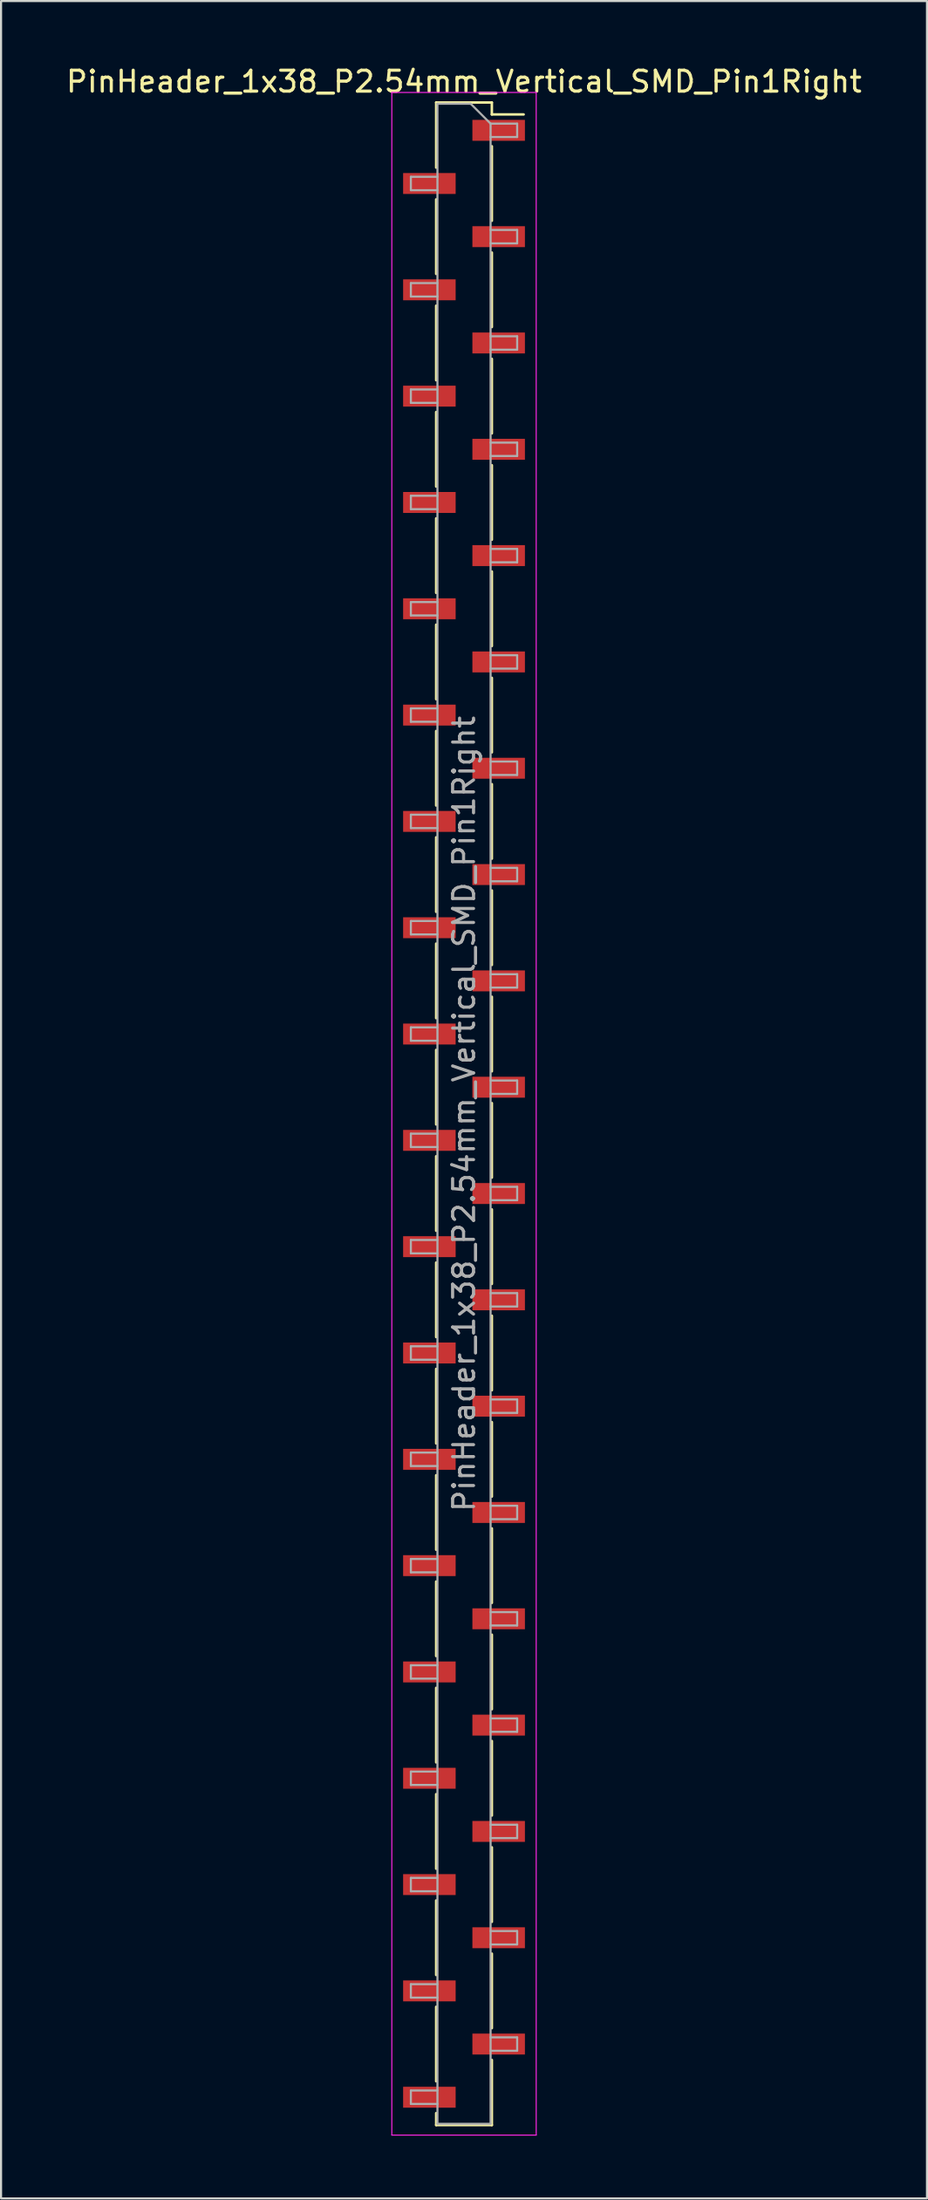
<source format=kicad_pcb>
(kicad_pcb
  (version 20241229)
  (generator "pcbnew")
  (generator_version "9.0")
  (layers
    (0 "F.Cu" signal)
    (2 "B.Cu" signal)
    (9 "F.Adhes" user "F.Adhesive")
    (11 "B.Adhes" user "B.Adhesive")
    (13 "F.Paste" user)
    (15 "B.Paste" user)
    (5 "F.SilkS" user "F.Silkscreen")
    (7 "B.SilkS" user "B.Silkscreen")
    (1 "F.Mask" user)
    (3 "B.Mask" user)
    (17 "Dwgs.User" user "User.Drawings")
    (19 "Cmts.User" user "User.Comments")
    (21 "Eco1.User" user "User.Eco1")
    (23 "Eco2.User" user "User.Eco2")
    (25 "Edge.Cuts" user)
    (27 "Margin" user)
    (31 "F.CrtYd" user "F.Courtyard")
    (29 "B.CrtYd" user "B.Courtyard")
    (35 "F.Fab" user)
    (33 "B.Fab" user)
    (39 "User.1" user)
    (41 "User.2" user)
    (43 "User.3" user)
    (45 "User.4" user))
  (footprint "PinHeader_1x38_P2.54mm_Vertical_SMD_Pin1Right"
    (layer "F.Cu")
    (at 19.125 50.168)
    (property "Reference" "PinHeader_1x38_P2.54mm_Vertical_SMD_Pin1Right" (at 0 -49.32 0) (layer "F.SilkS") (effects (font (size 1 1) (thickness 0.15))))
    (attr smd)
    (fp_line (start -1.33 -48.32) (end -1.33 -45.21) (stroke (width 0.12) (type solid)) (layer "F.SilkS"))
    (fp_line (start -1.33 -48.32) (end 1.33 -48.32) (stroke (width 0.12) (type solid)) (layer "F.SilkS"))
    (fp_line (start -1.33 -43.69) (end -1.33 -40.13) (stroke (width 0.12) (type solid)) (layer "F.SilkS"))
    (fp_line (start -1.33 -38.61) (end -1.33 -35.05) (stroke (width 0.12) (type solid)) (layer "F.SilkS"))
    (fp_line (start -1.33 -33.53) (end -1.33 -29.97) (stroke (width 0.12) (type solid)) (layer "F.SilkS"))
    (fp_line (start -1.33 -28.45) (end -1.33 -24.89) (stroke (width 0.12) (type solid)) (layer "F.SilkS"))
    (fp_line (start -1.33 -23.37) (end -1.33 -19.81) (stroke (width 0.12) (type solid)) (layer "F.SilkS"))
    (fp_line (start -1.33 -18.29) (end -1.33 -14.73) (stroke (width 0.12) (type solid)) (layer "F.SilkS"))
    (fp_line (start -1.33 -13.21) (end -1.33 -9.65) (stroke (width 0.12) (type solid)) (layer "F.SilkS"))
    (fp_line (start -1.33 -8.13) (end -1.33 -4.57) (stroke (width 0.12) (type solid)) (layer "F.SilkS"))
    (fp_line (start -1.33 -3.05) (end -1.33 0.51) (stroke (width 0.12) (type solid)) (layer "F.SilkS"))
    (fp_line (start -1.33 2.03) (end -1.33 5.59) (stroke (width 0.12) (type solid)) (layer "F.SilkS"))
    (fp_line (start -1.33 7.11) (end -1.33 10.67) (stroke (width 0.12) (type solid)) (layer "F.SilkS"))
    (fp_line (start -1.33 12.19) (end -1.33 15.75) (stroke (width 0.12) (type solid)) (layer "F.SilkS"))
    (fp_line (start -1.33 17.27) (end -1.33 20.83) (stroke (width 0.12) (type solid)) (layer "F.SilkS"))
    (fp_line (start -1.33 22.35) (end -1.33 25.91) (stroke (width 0.12) (type solid)) (layer "F.SilkS"))
    (fp_line (start -1.33 27.43) (end -1.33 30.99) (stroke (width 0.12) (type solid)) (layer "F.SilkS"))
    (fp_line (start -1.33 32.51) (end -1.33 36.07) (stroke (width 0.12) (type solid)) (layer "F.SilkS"))
    (fp_line (start -1.33 37.59) (end -1.33 41.15) (stroke (width 0.12) (type solid)) (layer "F.SilkS"))
    (fp_line (start -1.33 42.67) (end -1.33 46.23) (stroke (width 0.12) (type solid)) (layer "F.SilkS"))
    (fp_line (start -1.33 47.75) (end -1.33 48.32) (stroke (width 0.12) (type solid)) (layer "F.SilkS"))
    (fp_line (start -1.33 48.32) (end 1.33 48.32) (stroke (width 0.12) (type solid)) (layer "F.SilkS"))
    (fp_line (start 1.33 -48.32) (end 1.33 -47.75) (stroke (width 0.12) (type solid)) (layer "F.SilkS"))
    (fp_line (start 1.33 -47.75) (end 2.85 -47.75) (stroke (width 0.12) (type solid)) (layer "F.SilkS"))
    (fp_line (start 1.33 -46.23) (end 1.33 -42.67) (stroke (width 0.12) (type solid)) (layer "F.SilkS"))
    (fp_line (start 1.33 -41.15) (end 1.33 -37.59) (stroke (width 0.12) (type solid)) (layer "F.SilkS"))
    (fp_line (start 1.33 -36.07) (end 1.33 -32.51) (stroke (width 0.12) (type solid)) (layer "F.SilkS"))
    (fp_line (start 1.33 -30.99) (end 1.33 -27.43) (stroke (width 0.12) (type solid)) (layer "F.SilkS"))
    (fp_line (start 1.33 -25.91) (end 1.33 -22.35) (stroke (width 0.12) (type solid)) (layer "F.SilkS"))
    (fp_line (start 1.33 -20.83) (end 1.33 -17.27) (stroke (width 0.12) (type solid)) (layer "F.SilkS"))
    (fp_line (start 1.33 -15.75) (end 1.33 -12.19) (stroke (width 0.12) (type solid)) (layer "F.SilkS"))
    (fp_line (start 1.33 -10.67) (end 1.33 -7.11) (stroke (width 0.12) (type solid)) (layer "F.SilkS"))
    (fp_line (start 1.33 -5.59) (end 1.33 -2.03) (stroke (width 0.12) (type solid)) (layer "F.SilkS"))
    (fp_line (start 1.33 -0.51) (end 1.33 3.05) (stroke (width 0.12) (type solid)) (layer "F.SilkS"))
    (fp_line (start 1.33 4.57) (end 1.33 8.13) (stroke (width 0.12) (type solid)) (layer "F.SilkS"))
    (fp_line (start 1.33 9.65) (end 1.33 13.21) (stroke (width 0.12) (type solid)) (layer "F.SilkS"))
    (fp_line (start 1.33 14.73) (end 1.33 18.29) (stroke (width 0.12) (type solid)) (layer "F.SilkS"))
    (fp_line (start 1.33 19.81) (end 1.33 23.37) (stroke (width 0.12) (type solid)) (layer "F.SilkS"))
    (fp_line (start 1.33 24.89) (end 1.33 28.45) (stroke (width 0.12) (type solid)) (layer "F.SilkS"))
    (fp_line (start 1.33 29.97) (end 1.33 33.53) (stroke (width 0.12) (type solid)) (layer "F.SilkS"))
    (fp_line (start 1.33 35.05) (end 1.33 38.61) (stroke (width 0.12) (type solid)) (layer "F.SilkS"))
    (fp_line (start 1.33 40.13) (end 1.33 43.69) (stroke (width 0.12) (type solid)) (layer "F.SilkS"))
    (fp_line (start 1.33 45.21) (end 1.33 48.32) (stroke (width 0.12) (type solid)) (layer "F.SilkS"))
    (fp_line (start -3.45 -48.8) (end -3.45 48.8) (stroke (width 0.05) (type solid)) (layer "F.CrtYd"))
    (fp_line (start -3.45 48.8) (end 3.45 48.8) (stroke (width 0.05) (type solid)) (layer "F.CrtYd"))
    (fp_line (start 3.45 -48.8) (end -3.45 -48.8) (stroke (width 0.05) (type solid)) (layer "F.CrtYd"))
    (fp_line (start 3.45 48.8) (end 3.45 -48.8) (stroke (width 0.05) (type solid)) (layer "F.CrtYd"))
    (fp_line (start -2.54 -44.77) (end -2.54 -44.13) (stroke (width 0.1) (type solid)) (layer "F.Fab"))
    (fp_line (start -2.54 -44.13) (end -1.27 -44.13) (stroke (width 0.1) (type solid)) (layer "F.Fab"))
    (fp_line (start -2.54 -39.69) (end -2.54 -39.05) (stroke (width 0.1) (type solid)) (layer "F.Fab"))
    (fp_line (start -2.54 -39.05) (end -1.27 -39.05) (stroke (width 0.1) (type solid)) (layer "F.Fab"))
    (fp_line (start -2.54 -34.61) (end -2.54 -33.97) (stroke (width 0.1) (type solid)) (layer "F.Fab"))
    (fp_line (start -2.54 -33.97) (end -1.27 -33.97) (stroke (width 0.1) (type solid)) (layer "F.Fab"))
    (fp_line (start -2.54 -29.53) (end -2.54 -28.89) (stroke (width 0.1) (type solid)) (layer "F.Fab"))
    (fp_line (start -2.54 -28.89) (end -1.27 -28.89) (stroke (width 0.1) (type solid)) (layer "F.Fab"))
    (fp_line (start -2.54 -24.45) (end -2.54 -23.81) (stroke (width 0.1) (type solid)) (layer "F.Fab"))
    (fp_line (start -2.54 -23.81) (end -1.27 -23.81) (stroke (width 0.1) (type solid)) (layer "F.Fab"))
    (fp_line (start -2.54 -19.37) (end -2.54 -18.73) (stroke (width 0.1) (type solid)) (layer "F.Fab"))
    (fp_line (start -2.54 -18.73) (end -1.27 -18.73) (stroke (width 0.1) (type solid)) (layer "F.Fab"))
    (fp_line (start -2.54 -14.29) (end -2.54 -13.65) (stroke (width 0.1) (type solid)) (layer "F.Fab"))
    (fp_line (start -2.54 -13.65) (end -1.27 -13.65) (stroke (width 0.1) (type solid)) (layer "F.Fab"))
    (fp_line (start -2.54 -9.21) (end -2.54 -8.57) (stroke (width 0.1) (type solid)) (layer "F.Fab"))
    (fp_line (start -2.54 -8.57) (end -1.27 -8.57) (stroke (width 0.1) (type solid)) (layer "F.Fab"))
    (fp_line (start -2.54 -4.13) (end -2.54 -3.49) (stroke (width 0.1) (type solid)) (layer "F.Fab"))
    (fp_line (start -2.54 -3.49) (end -1.27 -3.49) (stroke (width 0.1) (type solid)) (layer "F.Fab"))
    (fp_line (start -2.54 0.95) (end -2.54 1.59) (stroke (width 0.1) (type solid)) (layer "F.Fab"))
    (fp_line (start -2.54 1.59) (end -1.27 1.59) (stroke (width 0.1) (type solid)) (layer "F.Fab"))
    (fp_line (start -2.54 6.03) (end -2.54 6.67) (stroke (width 0.1) (type solid)) (layer "F.Fab"))
    (fp_line (start -2.54 6.67) (end -1.27 6.67) (stroke (width 0.1) (type solid)) (layer "F.Fab"))
    (fp_line (start -2.54 11.11) (end -2.54 11.75) (stroke (width 0.1) (type solid)) (layer "F.Fab"))
    (fp_line (start -2.54 11.75) (end -1.27 11.75) (stroke (width 0.1) (type solid)) (layer "F.Fab"))
    (fp_line (start -2.54 16.19) (end -2.54 16.83) (stroke (width 0.1) (type solid)) (layer "F.Fab"))
    (fp_line (start -2.54 16.83) (end -1.27 16.83) (stroke (width 0.1) (type solid)) (layer "F.Fab"))
    (fp_line (start -2.54 21.27) (end -2.54 21.91) (stroke (width 0.1) (type solid)) (layer "F.Fab"))
    (fp_line (start -2.54 21.91) (end -1.27 21.91) (stroke (width 0.1) (type solid)) (layer "F.Fab"))
    (fp_line (start -2.54 26.35) (end -2.54 26.99) (stroke (width 0.1) (type solid)) (layer "F.Fab"))
    (fp_line (start -2.54 26.99) (end -1.27 26.99) (stroke (width 0.1) (type solid)) (layer "F.Fab"))
    (fp_line (start -2.54 31.43) (end -2.54 32.07) (stroke (width 0.1) (type solid)) (layer "F.Fab"))
    (fp_line (start -2.54 32.07) (end -1.27 32.07) (stroke (width 0.1) (type solid)) (layer "F.Fab"))
    (fp_line (start -2.54 36.51) (end -2.54 37.15) (stroke (width 0.1) (type solid)) (layer "F.Fab"))
    (fp_line (start -2.54 37.15) (end -1.27 37.15) (stroke (width 0.1) (type solid)) (layer "F.Fab"))
    (fp_line (start -2.54 41.59) (end -2.54 42.23) (stroke (width 0.1) (type solid)) (layer "F.Fab"))
    (fp_line (start -2.54 42.23) (end -1.27 42.23) (stroke (width 0.1) (type solid)) (layer "F.Fab"))
    (fp_line (start -2.54 46.67) (end -2.54 47.31) (stroke (width 0.1) (type solid)) (layer "F.Fab"))
    (fp_line (start -2.54 47.31) (end -1.27 47.31) (stroke (width 0.1) (type solid)) (layer "F.Fab"))
    (fp_line (start -1.27 -48.26) (end -1.27 48.26) (stroke (width 0.1) (type solid)) (layer "F.Fab"))
    (fp_line (start -1.27 -48.26) (end 0.32 -48.26) (stroke (width 0.1) (type solid)) (layer "F.Fab"))
    (fp_line (start -1.27 -44.77) (end -2.54 -44.77) (stroke (width 0.1) (type solid)) (layer "F.Fab"))
    (fp_line (start -1.27 -39.69) (end -2.54 -39.69) (stroke (width 0.1) (type solid)) (layer "F.Fab"))
    (fp_line (start -1.27 -34.61) (end -2.54 -34.61) (stroke (width 0.1) (type solid)) (layer "F.Fab"))
    (fp_line (start -1.27 -29.53) (end -2.54 -29.53) (stroke (width 0.1) (type solid)) (layer "F.Fab"))
    (fp_line (start -1.27 -24.45) (end -2.54 -24.45) (stroke (width 0.1) (type solid)) (layer "F.Fab"))
    (fp_line (start -1.27 -19.37) (end -2.54 -19.37) (stroke (width 0.1) (type solid)) (layer "F.Fab"))
    (fp_line (start -1.27 -14.29) (end -2.54 -14.29) (stroke (width 0.1) (type solid)) (layer "F.Fab"))
    (fp_line (start -1.27 -9.21) (end -2.54 -9.21) (stroke (width 0.1) (type solid)) (layer "F.Fab"))
    (fp_line (start -1.27 -4.13) (end -2.54 -4.13) (stroke (width 0.1) (type solid)) (layer "F.Fab"))
    (fp_line (start -1.27 0.95) (end -2.54 0.95) (stroke (width 0.1) (type solid)) (layer "F.Fab"))
    (fp_line (start -1.27 6.03) (end -2.54 6.03) (stroke (width 0.1) (type solid)) (layer "F.Fab"))
    (fp_line (start -1.27 11.11) (end -2.54 11.11) (stroke (width 0.1) (type solid)) (layer "F.Fab"))
    (fp_line (start -1.27 16.19) (end -2.54 16.19) (stroke (width 0.1) (type solid)) (layer "F.Fab"))
    (fp_line (start -1.27 21.27) (end -2.54 21.27) (stroke (width 0.1) (type solid)) (layer "F.Fab"))
    (fp_line (start -1.27 26.35) (end -2.54 26.35) (stroke (width 0.1) (type solid)) (layer "F.Fab"))
    (fp_line (start -1.27 31.43) (end -2.54 31.43) (stroke (width 0.1) (type solid)) (layer "F.Fab"))
    (fp_line (start -1.27 36.51) (end -2.54 36.51) (stroke (width 0.1) (type solid)) (layer "F.Fab"))
    (fp_line (start -1.27 41.59) (end -2.54 41.59) (stroke (width 0.1) (type solid)) (layer "F.Fab"))
    (fp_line (start -1.27 46.67) (end -2.54 46.67) (stroke (width 0.1) (type solid)) (layer "F.Fab"))
    (fp_line (start 1.27 -47.31) (end 0.32 -48.26) (stroke (width 0.1) (type solid)) (layer "F.Fab"))
    (fp_line (start 1.27 -47.31) (end 2.54 -47.31) (stroke (width 0.1) (type solid)) (layer "F.Fab"))
    (fp_line (start 1.27 -42.23) (end 2.54 -42.23) (stroke (width 0.1) (type solid)) (layer "F.Fab"))
    (fp_line (start 1.27 -37.15) (end 2.54 -37.15) (stroke (width 0.1) (type solid)) (layer "F.Fab"))
    (fp_line (start 1.27 -32.07) (end 2.54 -32.07) (stroke (width 0.1) (type solid)) (layer "F.Fab"))
    (fp_line (start 1.27 -26.99) (end 2.54 -26.99) (stroke (width 0.1) (type solid)) (layer "F.Fab"))
    (fp_line (start 1.27 -21.91) (end 2.54 -21.91) (stroke (width 0.1) (type solid)) (layer "F.Fab"))
    (fp_line (start 1.27 -16.83) (end 2.54 -16.83) (stroke (width 0.1) (type solid)) (layer "F.Fab"))
    (fp_line (start 1.27 -11.75) (end 2.54 -11.75) (stroke (width 0.1) (type solid)) (layer "F.Fab"))
    (fp_line (start 1.27 -6.67) (end 2.54 -6.67) (stroke (width 0.1) (type solid)) (layer "F.Fab"))
    (fp_line (start 1.27 -1.59) (end 2.54 -1.59) (stroke (width 0.1) (type solid)) (layer "F.Fab"))
    (fp_line (start 1.27 3.49) (end 2.54 3.49) (stroke (width 0.1) (type solid)) (layer "F.Fab"))
    (fp_line (start 1.27 8.57) (end 2.54 8.57) (stroke (width 0.1) (type solid)) (layer "F.Fab"))
    (fp_line (start 1.27 13.65) (end 2.54 13.65) (stroke (width 0.1) (type solid)) (layer "F.Fab"))
    (fp_line (start 1.27 18.73) (end 2.54 18.73) (stroke (width 0.1) (type solid)) (layer "F.Fab"))
    (fp_line (start 1.27 23.81) (end 2.54 23.81) (stroke (width 0.1) (type solid)) (layer "F.Fab"))
    (fp_line (start 1.27 28.89) (end 2.54 28.89) (stroke (width 0.1) (type solid)) (layer "F.Fab"))
    (fp_line (start 1.27 33.97) (end 2.54 33.97) (stroke (width 0.1) (type solid)) (layer "F.Fab"))
    (fp_line (start 1.27 39.05) (end 2.54 39.05) (stroke (width 0.1) (type solid)) (layer "F.Fab"))
    (fp_line (start 1.27 44.13) (end 2.54 44.13) (stroke (width 0.1) (type solid)) (layer "F.Fab"))
    (fp_line (start 1.27 48.26) (end -1.27 48.26) (stroke (width 0.1) (type solid)) (layer "F.Fab"))
    (fp_line (start 1.27 48.26) (end 1.27 -47.31) (stroke (width 0.1) (type solid)) (layer "F.Fab"))
    (fp_line (start 2.54 -47.31) (end 2.54 -46.67) (stroke (width 0.1) (type solid)) (layer "F.Fab"))
    (fp_line (start 2.54 -46.67) (end 1.27 -46.67) (stroke (width 0.1) (type solid)) (layer "F.Fab"))
    (fp_line (start 2.54 -42.23) (end 2.54 -41.59) (stroke (width 0.1) (type solid)) (layer "F.Fab"))
    (fp_line (start 2.54 -41.59) (end 1.27 -41.59) (stroke (width 0.1) (type solid)) (layer "F.Fab"))
    (fp_line (start 2.54 -37.15) (end 2.54 -36.51) (stroke (width 0.1) (type solid)) (layer "F.Fab"))
    (fp_line (start 2.54 -36.51) (end 1.27 -36.51) (stroke (width 0.1) (type solid)) (layer "F.Fab"))
    (fp_line (start 2.54 -32.07) (end 2.54 -31.43) (stroke (width 0.1) (type solid)) (layer "F.Fab"))
    (fp_line (start 2.54 -31.43) (end 1.27 -31.43) (stroke (width 0.1) (type solid)) (layer "F.Fab"))
    (fp_line (start 2.54 -26.99) (end 2.54 -26.35) (stroke (width 0.1) (type solid)) (layer "F.Fab"))
    (fp_line (start 2.54 -26.35) (end 1.27 -26.35) (stroke (width 0.1) (type solid)) (layer "F.Fab"))
    (fp_line (start 2.54 -21.91) (end 2.54 -21.27) (stroke (width 0.1) (type solid)) (layer "F.Fab"))
    (fp_line (start 2.54 -21.27) (end 1.27 -21.27) (stroke (width 0.1) (type solid)) (layer "F.Fab"))
    (fp_line (start 2.54 -16.83) (end 2.54 -16.19) (stroke (width 0.1) (type solid)) (layer "F.Fab"))
    (fp_line (start 2.54 -16.19) (end 1.27 -16.19) (stroke (width 0.1) (type solid)) (layer "F.Fab"))
    (fp_line (start 2.54 -11.75) (end 2.54 -11.11) (stroke (width 0.1) (type solid)) (layer "F.Fab"))
    (fp_line (start 2.54 -11.11) (end 1.27 -11.11) (stroke (width 0.1) (type solid)) (layer "F.Fab"))
    (fp_line (start 2.54 -6.67) (end 2.54 -6.03) (stroke (width 0.1) (type solid)) (layer "F.Fab"))
    (fp_line (start 2.54 -6.03) (end 1.27 -6.03) (stroke (width 0.1) (type solid)) (layer "F.Fab"))
    (fp_line (start 2.54 -1.59) (end 2.54 -0.95) (stroke (width 0.1) (type solid)) (layer "F.Fab"))
    (fp_line (start 2.54 -0.95) (end 1.27 -0.95) (stroke (width 0.1) (type solid)) (layer "F.Fab"))
    (fp_line (start 2.54 3.49) (end 2.54 4.13) (stroke (width 0.1) (type solid)) (layer "F.Fab"))
    (fp_line (start 2.54 4.13) (end 1.27 4.13) (stroke (width 0.1) (type solid)) (layer "F.Fab"))
    (fp_line (start 2.54 8.57) (end 2.54 9.21) (stroke (width 0.1) (type solid)) (layer "F.Fab"))
    (fp_line (start 2.54 9.21) (end 1.27 9.21) (stroke (width 0.1) (type solid)) (layer "F.Fab"))
    (fp_line (start 2.54 13.65) (end 2.54 14.29) (stroke (width 0.1) (type solid)) (layer "F.Fab"))
    (fp_line (start 2.54 14.29) (end 1.27 14.29) (stroke (width 0.1) (type solid)) (layer "F.Fab"))
    (fp_line (start 2.54 18.73) (end 2.54 19.37) (stroke (width 0.1) (type solid)) (layer "F.Fab"))
    (fp_line (start 2.54 19.37) (end 1.27 19.37) (stroke (width 0.1) (type solid)) (layer "F.Fab"))
    (fp_line (start 2.54 23.81) (end 2.54 24.45) (stroke (width 0.1) (type solid)) (layer "F.Fab"))
    (fp_line (start 2.54 24.45) (end 1.27 24.45) (stroke (width 0.1) (type solid)) (layer "F.Fab"))
    (fp_line (start 2.54 28.89) (end 2.54 29.53) (stroke (width 0.1) (type solid)) (layer "F.Fab"))
    (fp_line (start 2.54 29.53) (end 1.27 29.53) (stroke (width 0.1) (type solid)) (layer "F.Fab"))
    (fp_line (start 2.54 33.97) (end 2.54 34.61) (stroke (width 0.1) (type solid)) (layer "F.Fab"))
    (fp_line (start 2.54 34.61) (end 1.27 34.61) (stroke (width 0.1) (type solid)) (layer "F.Fab"))
    (fp_line (start 2.54 39.05) (end 2.54 39.69) (stroke (width 0.1) (type solid)) (layer "F.Fab"))
    (fp_line (start 2.54 39.69) (end 1.27 39.69) (stroke (width 0.1) (type solid)) (layer "F.Fab"))
    (fp_line (start 2.54 44.13) (end 2.54 44.77) (stroke (width 0.1) (type solid)) (layer "F.Fab"))
    (fp_line (start 2.54 44.77) (end 1.27 44.77) (stroke (width 0.1) (type solid)) (layer "F.Fab"))
    (fp_text user "${REFERENCE}" (at 0 0 90) (layer "F.Fab") (effects (font (size 1 1) (thickness 0.15))))
    (pad "1" smd rect (at 1.655 -46.99) (size 2.51 1) (layers "F.Cu" "F.Mask" "F.Paste"))
    (pad "2" smd rect (at -1.655 -44.45) (size 2.51 1) (layers "F.Cu" "F.Mask" "F.Paste"))
    (pad "3" smd rect (at 1.655 -41.91) (size 2.51 1) (layers "F.Cu" "F.Mask" "F.Paste"))
    (pad "4" smd rect (at -1.655 -39.37) (size 2.51 1) (layers "F.Cu" "F.Mask" "F.Paste"))
    (pad "5" smd rect (at 1.655 -36.83) (size 2.51 1) (layers "F.Cu" "F.Mask" "F.Paste"))
    (pad "6" smd rect (at -1.655 -34.29) (size 2.51 1) (layers "F.Cu" "F.Mask" "F.Paste"))
    (pad "7" smd rect (at 1.655 -31.75) (size 2.51 1) (layers "F.Cu" "F.Mask" "F.Paste"))
    (pad "8" smd rect (at -1.655 -29.21) (size 2.51 1) (layers "F.Cu" "F.Mask" "F.Paste"))
    (pad "9" smd rect (at 1.655 -26.67) (size 2.51 1) (layers "F.Cu" "F.Mask" "F.Paste"))
    (pad "10" smd rect (at -1.655 -24.13) (size 2.51 1) (layers "F.Cu" "F.Mask" "F.Paste"))
    (pad "11" smd rect (at 1.655 -21.59) (size 2.51 1) (layers "F.Cu" "F.Mask" "F.Paste"))
    (pad "12" smd rect (at -1.655 -19.05) (size 2.51 1) (layers "F.Cu" "F.Mask" "F.Paste"))
    (pad "13" smd rect (at 1.655 -16.51) (size 2.51 1) (layers "F.Cu" "F.Mask" "F.Paste"))
    (pad "14" smd rect (at -1.655 -13.97) (size 2.51 1) (layers "F.Cu" "F.Mask" "F.Paste"))
    (pad "15" smd rect (at 1.655 -11.43) (size 2.51 1) (layers "F.Cu" "F.Mask" "F.Paste"))
    (pad "16" smd rect (at -1.655 -8.89) (size 2.51 1) (layers "F.Cu" "F.Mask" "F.Paste"))
    (pad "17" smd rect (at 1.655 -6.35) (size 2.51 1) (layers "F.Cu" "F.Mask" "F.Paste"))
    (pad "18" smd rect (at -1.655 -3.81) (size 2.51 1) (layers "F.Cu" "F.Mask" "F.Paste"))
    (pad "19" smd rect (at 1.655 -1.27) (size 2.51 1) (layers "F.Cu" "F.Mask" "F.Paste"))
    (pad "20" smd rect (at -1.655 1.27) (size 2.51 1) (layers "F.Cu" "F.Mask" "F.Paste"))
    (pad "21" smd rect (at 1.655 3.81) (size 2.51 1) (layers "F.Cu" "F.Mask" "F.Paste"))
    (pad "22" smd rect (at -1.655 6.35) (size 2.51 1) (layers "F.Cu" "F.Mask" "F.Paste"))
    (pad "23" smd rect (at 1.655 8.89) (size 2.51 1) (layers "F.Cu" "F.Mask" "F.Paste"))
    (pad "24" smd rect (at -1.655 11.43) (size 2.51 1) (layers "F.Cu" "F.Mask" "F.Paste"))
    (pad "25" smd rect (at 1.655 13.97) (size 2.51 1) (layers "F.Cu" "F.Mask" "F.Paste"))
    (pad "26" smd rect (at -1.655 16.51) (size 2.51 1) (layers "F.Cu" "F.Mask" "F.Paste"))
    (pad "27" smd rect (at 1.655 19.05) (size 2.51 1) (layers "F.Cu" "F.Mask" "F.Paste"))
    (pad "28" smd rect (at -1.655 21.59) (size 2.51 1) (layers "F.Cu" "F.Mask" "F.Paste"))
    (pad "29" smd rect (at 1.655 24.13) (size 2.51 1) (layers "F.Cu" "F.Mask" "F.Paste"))
    (pad "30" smd rect (at -1.655 26.67) (size 2.51 1) (layers "F.Cu" "F.Mask" "F.Paste"))
    (pad "31" smd rect (at 1.655 29.21) (size 2.51 1) (layers "F.Cu" "F.Mask" "F.Paste"))
    (pad "32" smd rect (at -1.655 31.75) (size 2.51 1) (layers "F.Cu" "F.Mask" "F.Paste"))
    (pad "33" smd rect (at 1.655 34.29) (size 2.51 1) (layers "F.Cu" "F.Mask" "F.Paste"))
    (pad "34" smd rect (at -1.655 36.83) (size 2.51 1) (layers "F.Cu" "F.Mask" "F.Paste"))
    (pad "35" smd rect (at 1.655 39.37) (size 2.51 1) (layers "F.Cu" "F.Mask" "F.Paste"))
    (pad "36" smd rect (at -1.655 41.91) (size 2.51 1) (layers "F.Cu" "F.Mask" "F.Paste"))
    (pad "37" smd rect (at 1.655 44.45) (size 2.51 1) (layers "F.Cu" "F.Mask" "F.Paste"))
    (pad "38" smd rect (at -1.655 46.99) (size 2.51 1) (layers "F.Cu" "F.Mask" "F.Paste")))
  (gr_rect
    (start -3 -3)
    (end 41.25 101.993)
    (stroke (width 0.1) (type default))
    (fill no)
    (layer "Edge.Cuts")))
</source>
